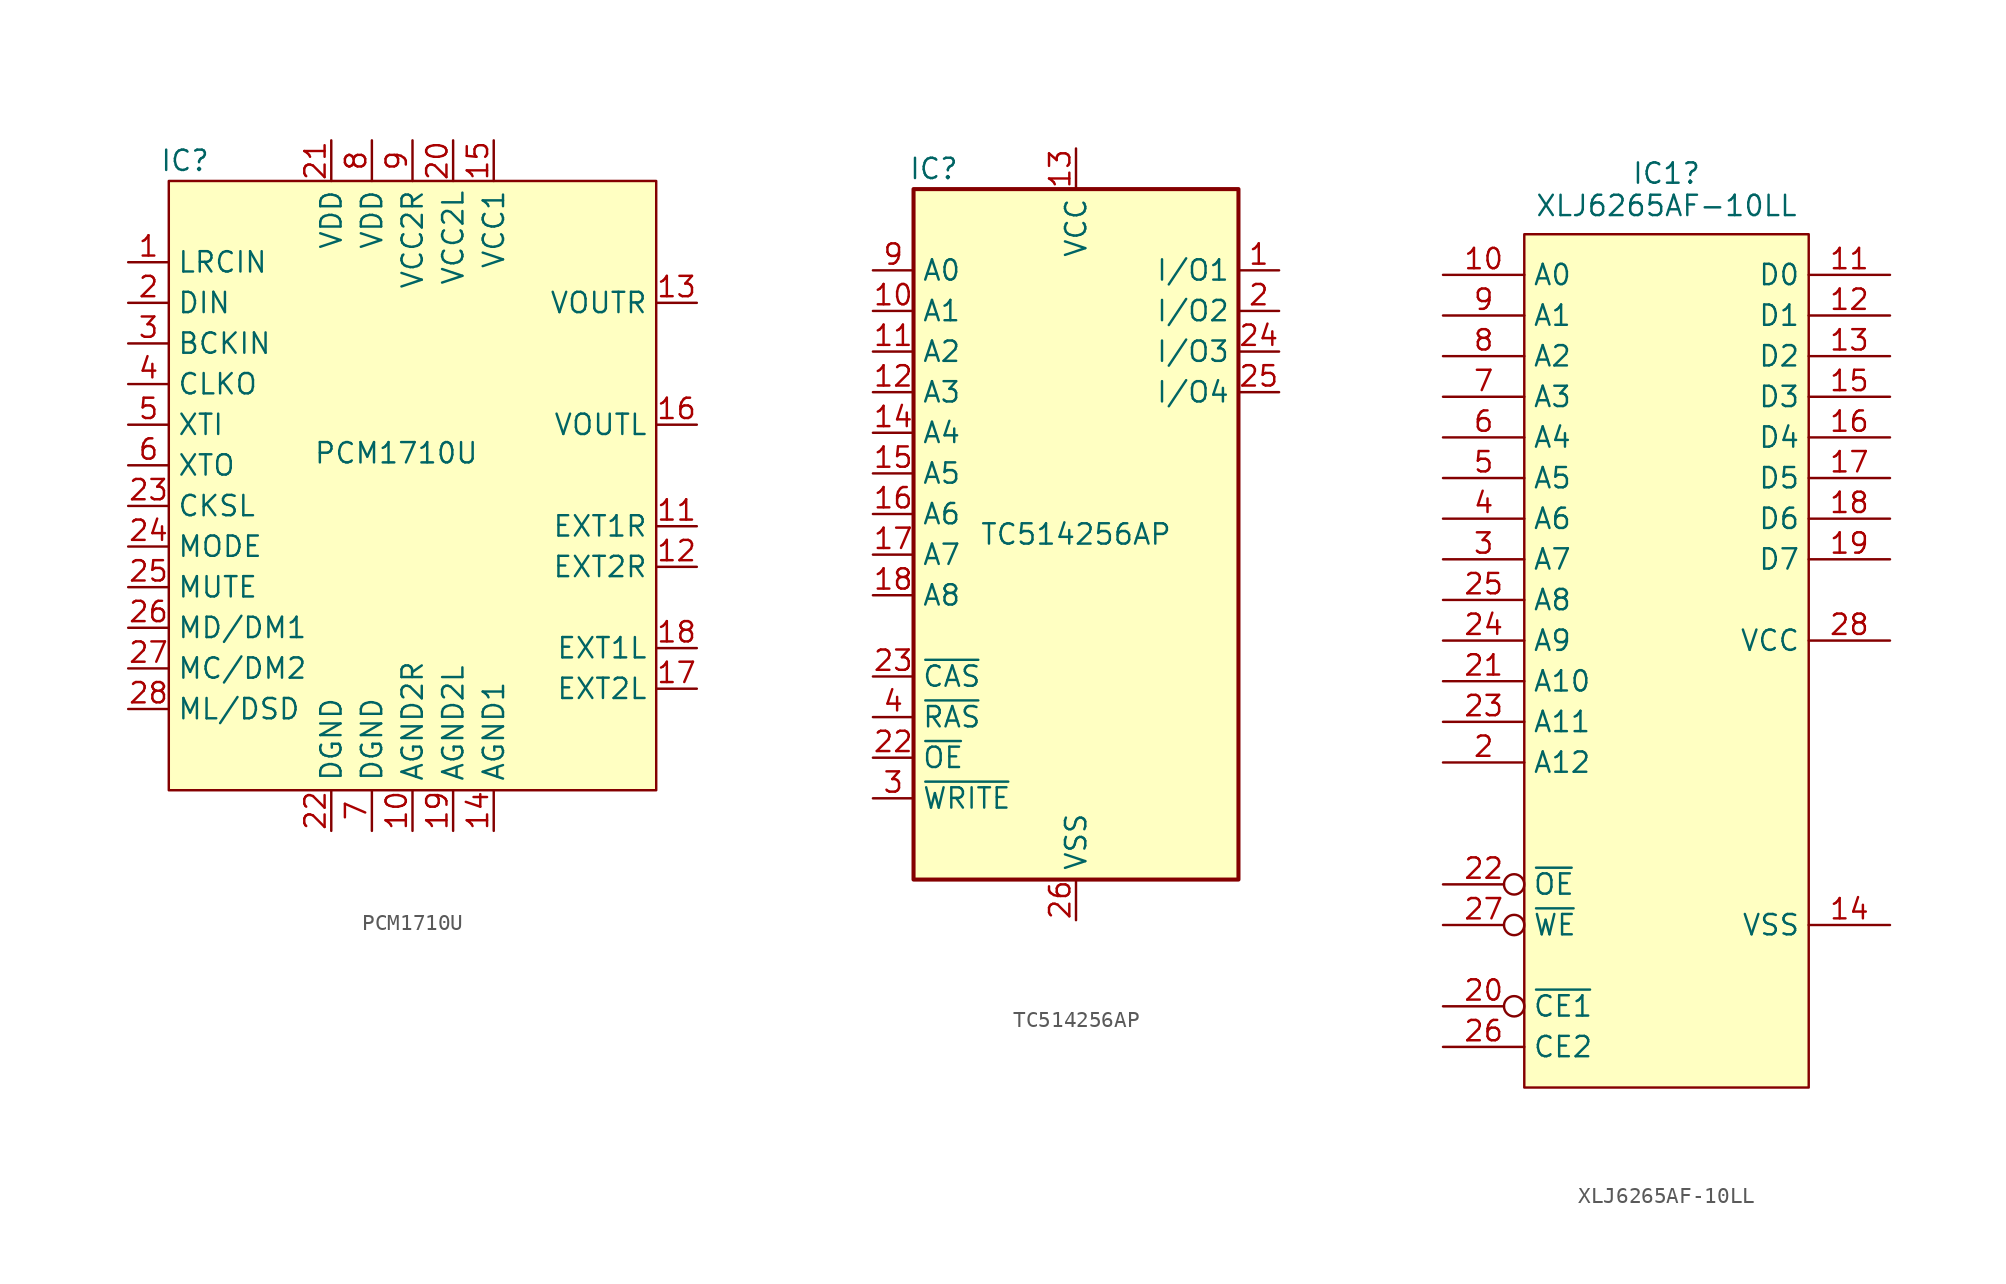
<source format=kicad_sym>
(kicad_symbol_lib
  (version 20231120)
  (generator "kicad_symbol_editor")
  (generator_version "8.0")
  (symbol "PCM1710U"
    (property "Reference" "IC"
      (at -14.224 20.32 0)
      (effects (font (size 1.27 1.27))))
    (property "Value" "PCM1710U"
      (at -1.016 2.032 0)
      (effects (font (size 1.27 1.27))))
    (symbol "PCM1710U_1_1"
      (rectangle (start -15.24 19.05) (end 15.24 -19.05) (stroke (width 0) (type default)) (fill (type background)))
      (pin input line (at -17.78 13.97 0) (length 2.54) (name "LRCIN" (effects (font (size 1.27 1.27)))) (number "1" (effects (font (size 1.27 1.27)))))
      (pin power_in line (at 0 -21.59 90) (length 2.54) (name "AGND2R" (effects (font (size 1.27 1.27)))) (number "10" (effects (font (size 1.27 1.27)))))
      (pin input line (at 17.78 -2.54 180) (length 2.54) (name "EXT1R" (effects (font (size 1.27 1.27)))) (number "11" (effects (font (size 1.27 1.27)))))
      (pin input line (at 17.78 -5.08 180) (length 2.54) (name "EXT2R" (effects (font (size 1.27 1.27)))) (number "12" (effects (font (size 1.27 1.27)))))
      (pin output line (at 17.78 11.43 180) (length 2.54) (name "VOUTR" (effects (font (size 1.27 1.27)))) (number "13" (effects (font (size 1.27 1.27)))))
      (pin power_in line (at 5.08 -21.59 90) (length 2.54) (name "AGND1" (effects (font (size 1.27 1.27)))) (number "14" (effects (font (size 1.27 1.27)))))
      (pin power_in line (at 5.08 21.59 270) (length 2.54) (name "VCC1" (effects (font (size 1.27 1.27)))) (number "15" (effects (font (size 1.27 1.27)))))
      (pin output line (at 17.78 3.81 180) (length 2.54) (name "VOUTL" (effects (font (size 1.27 1.27)))) (number "16" (effects (font (size 1.27 1.27)))))
      (pin input line (at 17.78 -12.7 180) (length 2.54) (name "EXT2L" (effects (font (size 1.27 1.27)))) (number "17" (effects (font (size 1.27 1.27)))))
      (pin input line (at 17.78 -10.16 180) (length 2.54) (name "EXT1L" (effects (font (size 1.27 1.27)))) (number "18" (effects (font (size 1.27 1.27)))))
      (pin power_in line (at 2.54 -21.59 90) (length 2.54) (name "AGND2L" (effects (font (size 1.27 1.27)))) (number "19" (effects (font (size 1.27 1.27)))))
      (pin input line (at -17.78 11.43 0) (length 2.54) (name "DIN" (effects (font (size 1.27 1.27)))) (number "2" (effects (font (size 1.27 1.27)))))
      (pin power_in line (at 2.54 21.59 270) (length 2.54) (name "VCC2L" (effects (font (size 1.27 1.27)))) (number "20" (effects (font (size 1.27 1.27)))))
      (pin power_in line (at -5.08 21.59 270) (length 2.54) (name "VDD" (effects (font (size 1.27 1.27)))) (number "21" (effects (font (size 1.27 1.27)))))
      (pin power_in line (at -5.08 -21.59 90) (length 2.54) (name "DGND" (effects (font (size 1.27 1.27)))) (number "22" (effects (font (size 1.27 1.27)))))
      (pin input line (at -17.78 -1.27 0) (length 2.54) (name "CKSL" (effects (font (size 1.27 1.27)))) (number "23" (effects (font (size 1.27 1.27)))))
      (pin input line (at -17.78 -3.81 0) (length 2.54) (name "MODE" (effects (font (size 1.27 1.27)))) (number "24" (effects (font (size 1.27 1.27)))))
      (pin input line (at -17.78 -6.35 0) (length 2.54) (name "MUTE" (effects (font (size 1.27 1.27)))) (number "25" (effects (font (size 1.27 1.27)))))
      (pin input line (at -17.78 -8.89 0) (length 2.54) (name "MD/DM1" (effects (font (size 1.27 1.27)))) (number "26" (effects (font (size 1.27 1.27)))))
      (pin input line (at -17.78 -11.43 0) (length 2.54) (name "MC/DM2" (effects (font (size 1.27 1.27)))) (number "27" (effects (font (size 1.27 1.27)))))
      (pin input line (at -17.78 -13.97 0) (length 2.54) (name "ML/DSD" (effects (font (size 1.27 1.27)))) (number "28" (effects (font (size 1.27 1.27)))))
      (pin input line (at -17.78 8.89 0) (length 2.54) (name "BCKIN" (effects (font (size 1.27 1.27)))) (number "3" (effects (font (size 1.27 1.27)))))
      (pin input line (at -17.78 6.35 0) (length 2.54) (name "CLKO" (effects (font (size 1.27 1.27)))) (number "4" (effects (font (size 1.27 1.27)))))
      (pin input line (at -17.78 3.81 0) (length 2.54) (name "XTI" (effects (font (size 1.27 1.27)))) (number "5" (effects (font (size 1.27 1.27)))))
      (pin input line (at -17.78 1.27 0) (length 2.54) (name "XTO" (effects (font (size 1.27 1.27)))) (number "6" (effects (font (size 1.27 1.27)))))
      (pin power_in line (at -2.54 -21.59 90) (length 2.54) (name "DGND" (effects (font (size 1.27 1.27)))) (number "7" (effects (font (size 1.27 1.27)))))
      (pin power_in line (at -2.54 21.59 270) (length 2.54) (name "VDD" (effects (font (size 1.27 1.27)))) (number "8" (effects (font (size 1.27 1.27)))))
      (pin power_in line (at 0 21.59 270) (length 2.54) (name "VCC2R" (effects (font (size 1.27 1.27)))) (number "9" (effects (font (size 1.27 1.27)))))))
  (symbol "TC514256AP"
    (property "Reference" "IC"
      (at -8.89 22.86 0)
      (effects (font (size 1.27 1.27))))
    (property "Value" "TC514256AP"
      (at 0 0 0)
      (effects (font (size 1.27 1.27))))
    (symbol "TC514256AP_0_1"
      (rectangle (start -10.16 21.59) (end 10.16 -21.59) (stroke (width 0.254) (type default)) (fill (type background))))
    (symbol "TC514256AP_1_1"
      (pin bidirectional line (at 12.7 16.51 180) (length 2.54) (name "I/O1" (effects (font (size 1.27 1.27)))) (number "1" (effects (font (size 1.27 1.27)))))
      (pin input line (at -12.7 13.97 0) (length 2.54) (name "A1" (effects (font (size 1.27 1.27)))) (number "10" (effects (font (size 1.27 1.27)))))
      (pin input line (at -12.7 11.43 0) (length 2.54) (name "A2" (effects (font (size 1.27 1.27)))) (number "11" (effects (font (size 1.27 1.27)))))
      (pin input line (at -12.7 8.89 0) (length 2.54) (name "A3" (effects (font (size 1.27 1.27)))) (number "12" (effects (font (size 1.27 1.27)))))
      (pin power_in line (at 0 24.13 270) (length 2.54) (name "VCC" (effects (font (size 1.27 1.27)))) (number "13" (effects (font (size 1.27 1.27)))))
      (pin input line (at -12.7 6.35 0) (length 2.54) (name "A4" (effects (font (size 1.27 1.27)))) (number "14" (effects (font (size 1.27 1.27)))))
      (pin input line (at -12.7 3.81 0) (length 2.54) (name "A5" (effects (font (size 1.27 1.27)))) (number "15" (effects (font (size 1.27 1.27)))))
      (pin input line (at -12.7 1.27 0) (length 2.54) (name "A6" (effects (font (size 1.27 1.27)))) (number "16" (effects (font (size 1.27 1.27)))))
      (pin input line (at -12.7 -1.27 0) (length 2.54) (name "A7" (effects (font (size 1.27 1.27)))) (number "17" (effects (font (size 1.27 1.27)))))
      (pin input line (at -12.7 -3.81 0) (length 2.54) (name "A8" (effects (font (size 1.27 1.27)))) (number "18" (effects (font (size 1.27 1.27)))))
      (pin bidirectional line (at 12.7 13.97 180) (length 2.54) (name "I/O2" (effects (font (size 1.27 1.27)))) (number "2" (effects (font (size 1.27 1.27)))))
      (pin input line (at -12.7 -13.97 0) (length 2.54) (name "~{OE}" (effects (font (size 1.27 1.27)))) (number "22" (effects (font (size 1.27 1.27)))))
      (pin input line (at -12.7 -8.89 0) (length 2.54) (name "~{CAS}" (effects (font (size 1.27 1.27)))) (number "23" (effects (font (size 1.27 1.27)))))
      (pin bidirectional line (at 12.7 11.43 180) (length 2.54) (name "I/O3" (effects (font (size 1.27 1.27)))) (number "24" (effects (font (size 1.27 1.27)))))
      (pin bidirectional line (at 12.7 8.89 180) (length 2.54) (name "I/O4" (effects (font (size 1.27 1.27)))) (number "25" (effects (font (size 1.27 1.27)))))
      (pin power_in line (at 0 -24.13 90) (length 2.54) (name "VSS" (effects (font (size 1.27 1.27)))) (number "26" (effects (font (size 1.27 1.27)))))
      (pin input line (at -12.7 -16.51 0) (length 2.54) (name "~{WRITE}" (effects (font (size 1.27 1.27)))) (number "3" (effects (font (size 1.27 1.27)))))
      (pin input line (at -12.7 -11.43 0) (length 2.54) (name "~{RAS}" (effects (font (size 1.27 1.27)))) (number "4" (effects (font (size 1.27 1.27)))))
      (pin no_connect line (at 12.7 -16.51 180) (length 2.54) hide (name "NC" (effects (font (size 1.27 1.27)))) (number "5" (effects (font (size 1.27 1.27)))))
      (pin input line (at -12.7 16.51 0) (length 2.54) (name "A0" (effects (font (size 1.27 1.27)))) (number "9" (effects (font (size 1.27 1.27)))))))
  (symbol "XLJ6265AF-10LL"
    (property "Reference" "IC1"
      (at 0 6.341 0)
      (effects (font (size 1.27 1.27))))
    (property "Value" "XLJ6265AF-10LL"
      (at 0 4.318 0)
      (effects (font (size 1.27 1.27))))
    (symbol "XLJ6265AF-10LL_1_1"
      (rectangle (start -8.89 2.54) (end 8.89 -50.8) (stroke (width 0) (type default)) (fill (type background)))
      (pin no_connect line (at 13.97 -48.26 180) (length 5.08) hide (name "N/C" (effects (font (size 1.27 1.27)))) (number "1" (effects (font (size 1.27 1.27)))))
      (pin input line (at -13.97 0 0) (length 5.08) (name "A0" (effects (font (size 1.27 1.27)))) (number "10" (effects (font (size 1.27 1.27)))))
      (pin bidirectional line (at 13.97 0 180) (length 5.08) (name "D0" (effects (font (size 1.27 1.27)))) (number "11" (effects (font (size 1.27 1.27)))))
      (pin bidirectional line (at 13.97 -2.54 180) (length 5.08) (name "D1" (effects (font (size 1.27 1.27)))) (number "12" (effects (font (size 1.27 1.27)))))
      (pin bidirectional line (at 13.97 -5.08 180) (length 5.08) (name "D2" (effects (font (size 1.27 1.27)))) (number "13" (effects (font (size 1.27 1.27)))))
      (pin power_in line (at 13.97 -40.64 180) (length 5.08) (name "VSS" (effects (font (size 1.27 1.27)))) (number "14" (effects (font (size 1.27 1.27)))))
      (pin bidirectional line (at 13.97 -7.62 180) (length 5.08) (name "D3" (effects (font (size 1.27 1.27)))) (number "15" (effects (font (size 1.27 1.27)))))
      (pin bidirectional line (at 13.97 -10.16 180) (length 5.08) (name "D4" (effects (font (size 1.27 1.27)))) (number "16" (effects (font (size 1.27 1.27)))))
      (pin bidirectional line (at 13.97 -12.7 180) (length 5.08) (name "D5" (effects (font (size 1.27 1.27)))) (number "17" (effects (font (size 1.27 1.27)))))
      (pin bidirectional line (at 13.97 -15.24 180) (length 5.08) (name "D6" (effects (font (size 1.27 1.27)))) (number "18" (effects (font (size 1.27 1.27)))))
      (pin bidirectional line (at 13.97 -17.78 180) (length 5.08) (name "D7" (effects (font (size 1.27 1.27)))) (number "19" (effects (font (size 1.27 1.27)))))
      (pin input line (at -13.97 -30.48 0) (length 5.08) (name "A12" (effects (font (size 1.27 1.27)))) (number "2" (effects (font (size 1.27 1.27)))))
      (pin input inverted (at -13.97 -45.72 0) (length 5.08) (name "~{CE1}" (effects (font (size 1.27 1.27)))) (number "20" (effects (font (size 1.27 1.27)))))
      (pin input line (at -13.97 -25.4 0) (length 5.08) (name "A10" (effects (font (size 1.27 1.27)))) (number "21" (effects (font (size 1.27 1.27)))))
      (pin input inverted (at -13.97 -38.1 0) (length 5.08) (name "~{OE}" (effects (font (size 1.27 1.27)))) (number "22" (effects (font (size 1.27 1.27)))))
      (pin input line (at -13.97 -27.94 0) (length 5.08) (name "A11" (effects (font (size 1.27 1.27)))) (number "23" (effects (font (size 1.27 1.27)))))
      (pin input line (at -13.97 -22.86 0) (length 5.08) (name "A9" (effects (font (size 1.27 1.27)))) (number "24" (effects (font (size 1.27 1.27)))))
      (pin input line (at -13.97 -20.32 0) (length 5.08) (name "A8" (effects (font (size 1.27 1.27)))) (number "25" (effects (font (size 1.27 1.27)))))
      (pin input line (at -13.97 -48.26 0) (length 5.08) (name "CE2" (effects (font (size 1.27 1.27)))) (number "26" (effects (font (size 1.27 1.27)))))
      (pin input inverted (at -13.97 -40.64 0) (length 5.08) (name "~{WE}" (effects (font (size 1.27 1.27)))) (number "27" (effects (font (size 1.27 1.27)))))
      (pin power_in line (at 13.97 -22.86 180) (length 5.08) (name "VCC" (effects (font (size 1.27 1.27)))) (number "28" (effects (font (size 1.27 1.27)))))
      (pin input line (at -13.97 -17.78 0) (length 5.08) (name "A7" (effects (font (size 1.27 1.27)))) (number "3" (effects (font (size 1.27 1.27)))))
      (pin input line (at -13.97 -15.24 0) (length 5.08) (name "A6" (effects (font (size 1.27 1.27)))) (number "4" (effects (font (size 1.27 1.27)))))
      (pin input line (at -13.97 -12.7 0) (length 5.08) (name "A5" (effects (font (size 1.27 1.27)))) (number "5" (effects (font (size 1.27 1.27)))))
      (pin input line (at -13.97 -10.16 0) (length 5.08) (name "A4" (effects (font (size 1.27 1.27)))) (number "6" (effects (font (size 1.27 1.27)))))
      (pin input line (at -13.97 -7.62 0) (length 5.08) (name "A3" (effects (font (size 1.27 1.27)))) (number "7" (effects (font (size 1.27 1.27)))))
      (pin input line (at -13.97 -5.08 0) (length 5.08) (name "A2" (effects (font (size 1.27 1.27)))) (number "8" (effects (font (size 1.27 1.27)))))
      (pin input line (at -13.97 -2.54 0) (length 5.08) (name "A1" (effects (font (size 1.27 1.27)))) (number "9" (effects (font (size 1.27 1.27))))))))
</source>
